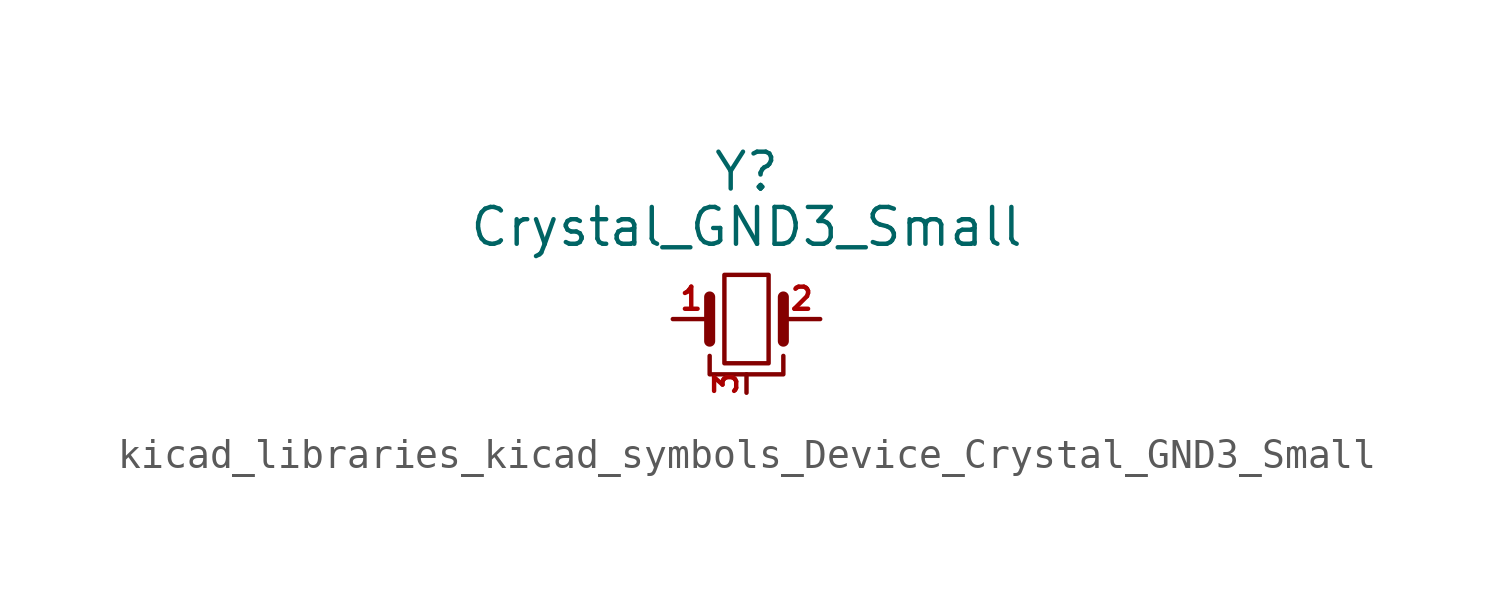
<source format=kicad_sym>
(kicad_symbol_lib
  (version 20220914)
  (generator kicad_symbol_editor)
  (symbol "kicad_libraries_kicad_symbols_Device_Crystal_GND3_Small"
    (pin_names
      (offset 1.016) hide)
    (property "Reference" "Y"
      (at 0 5.08 0)
      (effects (font (size 1.27 1.27))))
    (property "Value" "Crystal_GND3_Small"
      (at 0 3.175 0)
      (effects (font (size 1.27 1.27))))
    (symbol "kicad_libraries_kicad_symbols_Device_Crystal_GND3_Small_0_1"
      (rectangle (start -0.762 -1.524) (end 0.762 1.524) (stroke (width 0) (type default)) (fill (type none)))
      (polyline (pts (xy -1.27 -0.762) (xy -1.27 0.762)) (stroke (width 0.381) (type default)) (fill (type none)))
      (polyline (pts (xy 1.27 -0.762) (xy 1.27 0.762)) (stroke (width 0.381) (type default)) (fill (type none)))
      (polyline (pts (xy -1.27 -1.27) (xy -1.27 -1.905) (xy 1.27 -1.905) (xy 1.27 -1.27)) (stroke (width 0) (type default)) (fill (type none))))
    (symbol "kicad_libraries_kicad_symbols_Device_Crystal_GND3_Small_1_1"
      (pin passive line (at -2.54 0 0) (length 1.27) (name "1" (effects (font (size 1.27 1.27)))) (number "1" (effects (font (size 0.762 0.762)))))
      (pin passive line (at 2.54 0 180) (length 1.27) (name "2" (effects (font (size 1.27 1.27)))) (number "2" (effects (font (size 0.762 0.762)))))
      (pin passive line (at 0 -2.54 90) (length 0.635) (name "3" (effects (font (size 1.27 1.27)))) (number "3" (effects (font (size 0.762 0.762))))))))
</source>
